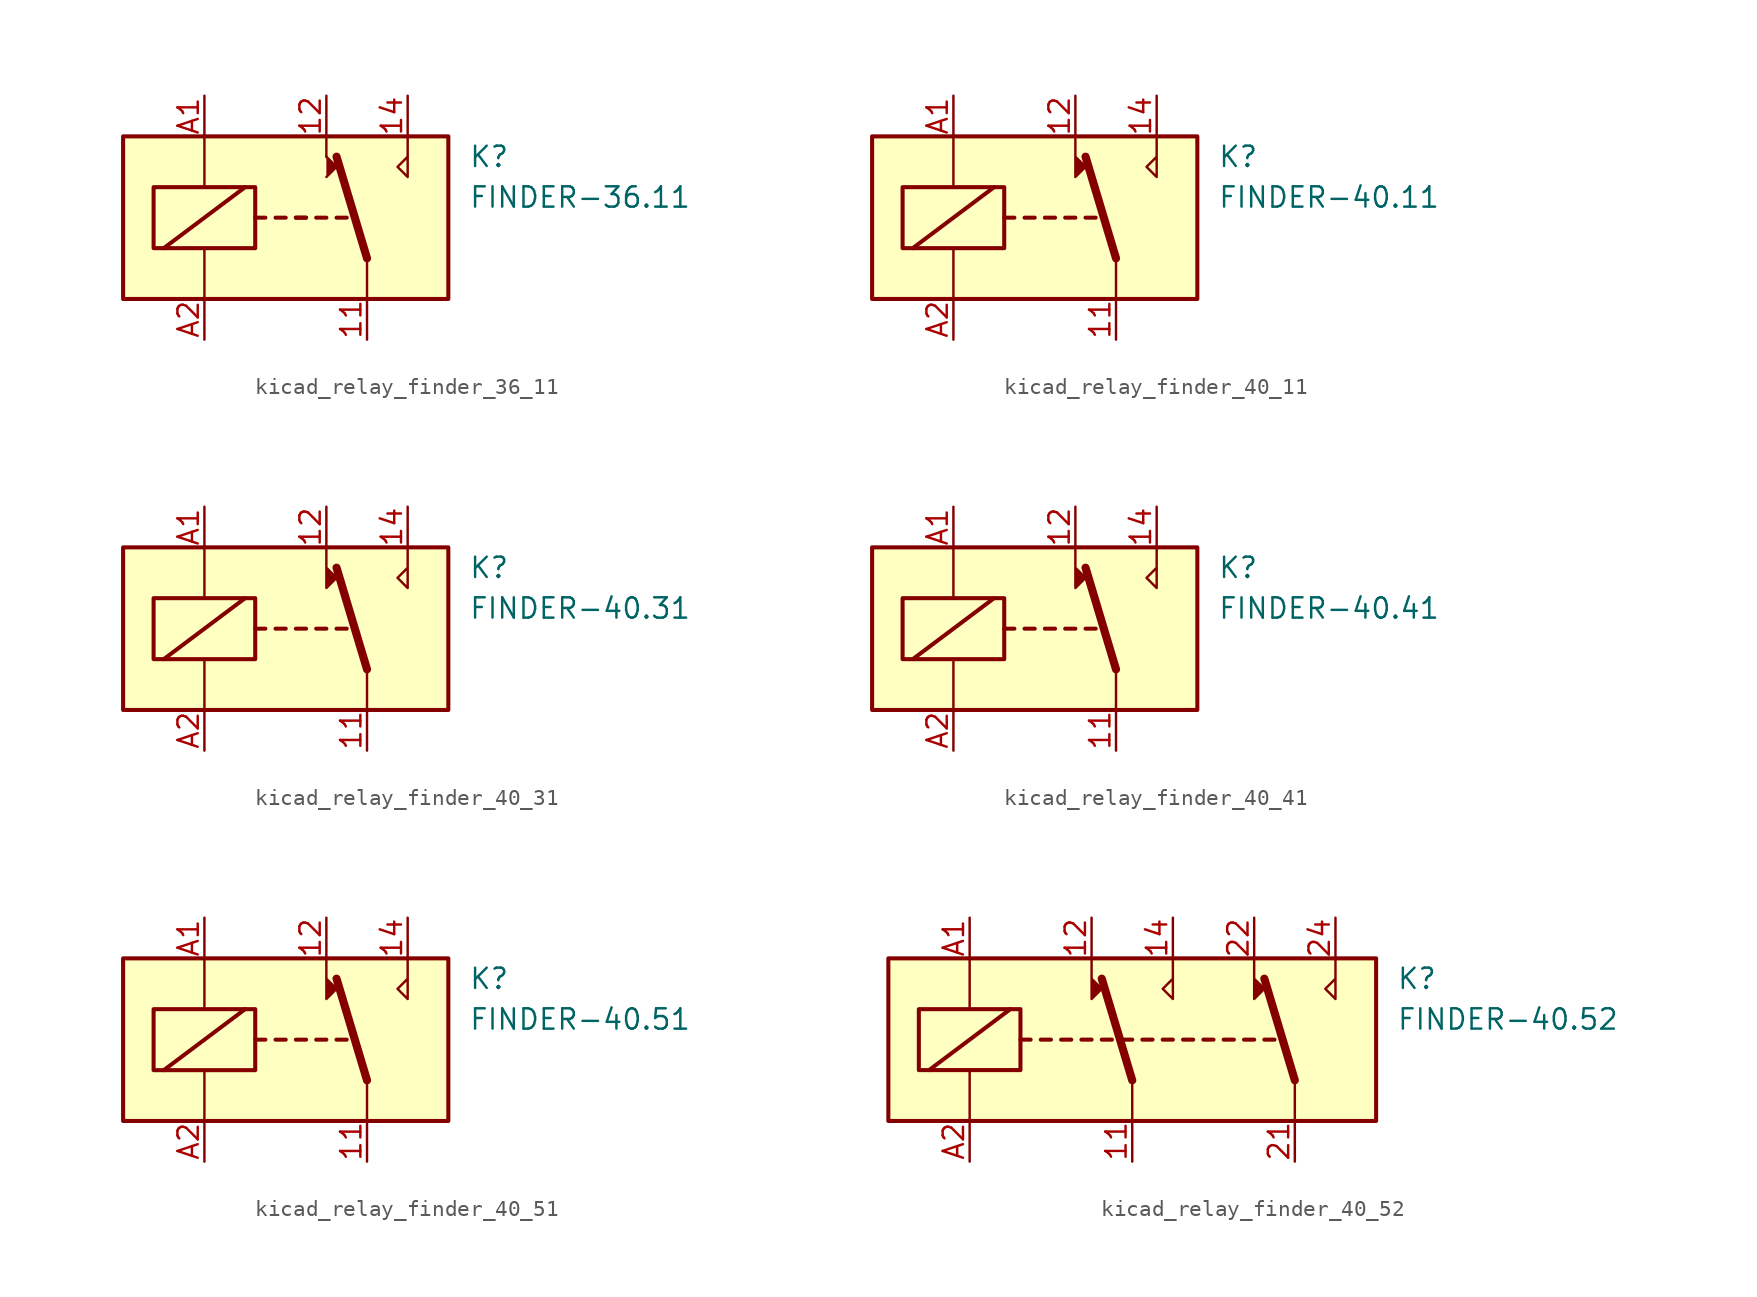
<source format=kicad_sym>
(kicad_symbol_lib
  (version 20220914)
  (generator kicad_symbol_editor)
  (symbol "kicad_relay_finder_36_11"
    (property "Reference" "K"
      (at 11.43 3.81 0)
      (effects (font (size 1.27 1.27)) (justify left)))
    (property "Value" "FINDER-36.11"
      (at 11.43 1.27 0)
      (effects (font (size 1.27 1.27)) (justify left)))
    (symbol "kicad_relay_finder_36_11_0_0"
      (polyline (pts (xy 2.54 3.81) (xy 2.54 5.08)) (stroke (width 0) (type default)) (fill (type none)))
      (polyline (pts (xy 7.62 3.81) (xy 7.62 5.08)) (stroke (width 0) (type default)) (fill (type none)))
      (polyline (pts (xy 7.62 3.81) (xy 7.62 2.54) (xy 6.985 3.175) (xy 7.62 3.81)) (stroke (width 0) (type default)) (fill (type none))))
    (symbol "kicad_relay_finder_36_11_0_1"
      (rectangle (start -10.16 5.08) (end 10.16 -5.08) (stroke (width 0.254) (type default)) (fill (type background)))
      (rectangle (start -8.255 1.905) (end -1.905 -1.905) (stroke (width 0.254) (type default)) (fill (type none)))
      (polyline (pts (xy -7.62 -1.905) (xy -2.54 1.905)) (stroke (width 0.254) (type default)) (fill (type none)))
      (polyline (pts (xy -5.08 -5.08) (xy -5.08 -1.905)) (stroke (width 0) (type default)) (fill (type none)))
      (polyline (pts (xy -5.08 5.08) (xy -5.08 1.905)) (stroke (width 0) (type default)) (fill (type none)))
      (polyline (pts (xy -1.905 0) (xy -1.27 0)) (stroke (width 0.254) (type default)) (fill (type none)))
      (polyline (pts (xy -0.635 0) (xy 0 0)) (stroke (width 0.254) (type default)) (fill (type none)))
      (polyline (pts (xy 0.635 0) (xy 1.27 0)) (stroke (width 0.254) (type default)) (fill (type none)))
      (polyline (pts (xy 0.635 0) (xy 1.27 0)) (stroke (width 0.254) (type default)) (fill (type none)))
      (polyline (pts (xy 1.905 0) (xy 2.54 0)) (stroke (width 0.254) (type default)) (fill (type none)))
      (polyline (pts (xy 3.175 0) (xy 3.81 0)) (stroke (width 0.254) (type default)) (fill (type none)))
      (polyline (pts (xy 5.08 -2.54) (xy 3.175 3.81)) (stroke (width 0.508) (type default)) (fill (type none)))
      (polyline (pts (xy 5.08 -2.54) (xy 5.08 -5.08)) (stroke (width 0) (type default)) (fill (type none)))
      (polyline (pts (xy 2.54 2.54) (xy 3.175 3.175) (xy 2.54 3.81)) (stroke (width 0) (type default)) (fill (type outline))))
    (symbol "kicad_relay_finder_36_11_1_1"
      (pin passive line (at 5.08 -7.62 90) (length 2.54) (name "~" (effects (font (size 1.27 1.27)))) (number "11" (effects (font (size 1.27 1.27)))))
      (pin passive line (at 2.54 7.62 270) (length 2.54) (name "~" (effects (font (size 1.27 1.27)))) (number "12" (effects (font (size 1.27 1.27)))))
      (pin passive line (at 7.62 7.62 270) (length 2.54) (name "~" (effects (font (size 1.27 1.27)))) (number "14" (effects (font (size 1.27 1.27)))))
      (pin passive line (at -5.08 7.62 270) (length 2.54) (name "~" (effects (font (size 1.27 1.27)))) (number "A1" (effects (font (size 1.27 1.27)))))
      (pin passive line (at -5.08 -7.62 90) (length 2.54) (name "~" (effects (font (size 1.27 1.27)))) (number "A2" (effects (font (size 1.27 1.27)))))))
  (symbol "kicad_relay_finder_40_11"
    (property "Reference" "K"
      (at 11.43 3.81 0)
      (effects (font (size 1.27 1.27)) (justify left)))
    (property "Value" "FINDER-40.11"
      (at 11.43 1.27 0)
      (effects (font (size 1.27 1.27)) (justify left)))
    (symbol "kicad_relay_finder_40_11_0_0"
      (polyline (pts (xy 7.62 5.08) (xy 7.62 2.54) (xy 6.985 3.175) (xy 7.62 3.81)) (stroke (width 0) (type default)) (fill (type none))))
    (symbol "kicad_relay_finder_40_11_0_1"
      (rectangle (start -10.16 5.08) (end 10.16 -5.08) (stroke (width 0.254) (type default)) (fill (type background)))
      (rectangle (start -8.255 1.905) (end -1.905 -1.905) (stroke (width 0.254) (type default)) (fill (type none)))
      (polyline (pts (xy -7.62 -1.905) (xy -2.54 1.905)) (stroke (width 0.254) (type default)) (fill (type none)))
      (polyline (pts (xy -5.08 -5.08) (xy -5.08 -1.905)) (stroke (width 0) (type default)) (fill (type none)))
      (polyline (pts (xy -5.08 5.08) (xy -5.08 1.905)) (stroke (width 0) (type default)) (fill (type none)))
      (polyline (pts (xy -1.905 0) (xy -1.27 0)) (stroke (width 0.254) (type default)) (fill (type none)))
      (polyline (pts (xy -0.635 0) (xy 0 0)) (stroke (width 0.254) (type default)) (fill (type none)))
      (polyline (pts (xy 0.635 0) (xy 1.27 0)) (stroke (width 0.254) (type default)) (fill (type none)))
      (polyline (pts (xy 1.905 0) (xy 2.54 0)) (stroke (width 0.254) (type default)) (fill (type none)))
      (polyline (pts (xy 3.175 0) (xy 3.81 0)) (stroke (width 0.254) (type default)) (fill (type none)))
      (polyline (pts (xy 5.08 -2.54) (xy 3.175 3.81)) (stroke (width 0.508) (type default)) (fill (type none)))
      (polyline (pts (xy 5.08 -2.54) (xy 5.08 -5.08)) (stroke (width 0) (type default)) (fill (type none)))
      (polyline (pts (xy 2.54 5.08) (xy 2.54 2.54) (xy 3.175 3.175) (xy 2.54 3.81)) (stroke (width 0) (type default)) (fill (type outline))))
    (symbol "kicad_relay_finder_40_11_1_1"
      (pin passive line (at 5.08 -7.62 90) (length 2.54) (name "~" (effects (font (size 1.27 1.27)))) (number "11" (effects (font (size 1.27 1.27)))))
      (pin passive line (at 2.54 7.62 270) (length 2.54) (name "~" (effects (font (size 1.27 1.27)))) (number "12" (effects (font (size 1.27 1.27)))))
      (pin passive line (at 7.62 7.62 270) (length 2.54) (name "~" (effects (font (size 1.27 1.27)))) (number "14" (effects (font (size 1.27 1.27)))))
      (pin passive line (at -5.08 7.62 270) (length 2.54) (name "~" (effects (font (size 1.27 1.27)))) (number "A1" (effects (font (size 1.27 1.27)))))
      (pin passive line (at -5.08 -7.62 90) (length 2.54) (name "~" (effects (font (size 1.27 1.27)))) (number "A2" (effects (font (size 1.27 1.27)))))))
  (symbol "kicad_relay_finder_40_31"
    (property "Reference" "K"
      (at 11.43 3.81 0)
      (effects (font (size 1.27 1.27)) (justify left)))
    (property "Value" "FINDER-40.31"
      (at 11.43 1.27 0)
      (effects (font (size 1.27 1.27)) (justify left)))
    (symbol "kicad_relay_finder_40_31_0_0"
      (polyline (pts (xy 7.62 5.08) (xy 7.62 2.54) (xy 6.985 3.175) (xy 7.62 3.81)) (stroke (width 0) (type default)) (fill (type none))))
    (symbol "kicad_relay_finder_40_31_0_1"
      (rectangle (start -10.16 5.08) (end 10.16 -5.08) (stroke (width 0.254) (type default)) (fill (type background)))
      (rectangle (start -8.255 1.905) (end -1.905 -1.905) (stroke (width 0.254) (type default)) (fill (type none)))
      (polyline (pts (xy -7.62 -1.905) (xy -2.54 1.905)) (stroke (width 0.254) (type default)) (fill (type none)))
      (polyline (pts (xy -5.08 -5.08) (xy -5.08 -1.905)) (stroke (width 0) (type default)) (fill (type none)))
      (polyline (pts (xy -5.08 5.08) (xy -5.08 1.905)) (stroke (width 0) (type default)) (fill (type none)))
      (polyline (pts (xy -1.905 0) (xy -1.27 0)) (stroke (width 0.254) (type default)) (fill (type none)))
      (polyline (pts (xy -0.635 0) (xy 0 0)) (stroke (width 0.254) (type default)) (fill (type none)))
      (polyline (pts (xy 0.635 0) (xy 1.27 0)) (stroke (width 0.254) (type default)) (fill (type none)))
      (polyline (pts (xy 1.905 0) (xy 2.54 0)) (stroke (width 0.254) (type default)) (fill (type none)))
      (polyline (pts (xy 3.175 0) (xy 3.81 0)) (stroke (width 0.254) (type default)) (fill (type none)))
      (polyline (pts (xy 5.08 -2.54) (xy 3.175 3.81)) (stroke (width 0.508) (type default)) (fill (type none)))
      (polyline (pts (xy 5.08 -2.54) (xy 5.08 -5.08)) (stroke (width 0) (type default)) (fill (type none)))
      (polyline (pts (xy 2.54 5.08) (xy 2.54 2.54) (xy 3.175 3.175) (xy 2.54 3.81)) (stroke (width 0) (type default)) (fill (type outline))))
    (symbol "kicad_relay_finder_40_31_1_1"
      (pin passive line (at 5.08 -7.62 90) (length 2.54) (name "~" (effects (font (size 1.27 1.27)))) (number "11" (effects (font (size 1.27 1.27)))))
      (pin passive line (at 2.54 7.62 270) (length 2.54) (name "~" (effects (font (size 1.27 1.27)))) (number "12" (effects (font (size 1.27 1.27)))))
      (pin passive line (at 7.62 7.62 270) (length 2.54) (name "~" (effects (font (size 1.27 1.27)))) (number "14" (effects (font (size 1.27 1.27)))))
      (pin passive line (at -5.08 7.62 270) (length 2.54) (name "~" (effects (font (size 1.27 1.27)))) (number "A1" (effects (font (size 1.27 1.27)))))
      (pin passive line (at -5.08 -7.62 90) (length 2.54) (name "~" (effects (font (size 1.27 1.27)))) (number "A2" (effects (font (size 1.27 1.27)))))))
  (symbol "kicad_relay_finder_40_41"
    (property "Reference" "K"
      (at 11.43 3.81 0)
      (effects (font (size 1.27 1.27)) (justify left)))
    (property "Value" "FINDER-40.41"
      (at 11.43 1.27 0)
      (effects (font (size 1.27 1.27)) (justify left)))
    (symbol "kicad_relay_finder_40_41_0_0"
      (polyline (pts (xy 7.62 5.08) (xy 7.62 2.54) (xy 6.985 3.175) (xy 7.62 3.81)) (stroke (width 0) (type default)) (fill (type none))))
    (symbol "kicad_relay_finder_40_41_0_1"
      (rectangle (start -10.16 5.08) (end 10.16 -5.08) (stroke (width 0.254) (type default)) (fill (type background)))
      (rectangle (start -8.255 1.905) (end -1.905 -1.905) (stroke (width 0.254) (type default)) (fill (type none)))
      (polyline (pts (xy -7.62 -1.905) (xy -2.54 1.905)) (stroke (width 0.254) (type default)) (fill (type none)))
      (polyline (pts (xy -5.08 -5.08) (xy -5.08 -1.905)) (stroke (width 0) (type default)) (fill (type none)))
      (polyline (pts (xy -5.08 5.08) (xy -5.08 1.905)) (stroke (width 0) (type default)) (fill (type none)))
      (polyline (pts (xy -1.905 0) (xy -1.27 0)) (stroke (width 0.254) (type default)) (fill (type none)))
      (polyline (pts (xy -0.635 0) (xy 0 0)) (stroke (width 0.254) (type default)) (fill (type none)))
      (polyline (pts (xy 0.635 0) (xy 1.27 0)) (stroke (width 0.254) (type default)) (fill (type none)))
      (polyline (pts (xy 1.905 0) (xy 2.54 0)) (stroke (width 0.254) (type default)) (fill (type none)))
      (polyline (pts (xy 3.175 0) (xy 3.81 0)) (stroke (width 0.254) (type default)) (fill (type none)))
      (polyline (pts (xy 5.08 -2.54) (xy 3.175 3.81)) (stroke (width 0.508) (type default)) (fill (type none)))
      (polyline (pts (xy 5.08 -2.54) (xy 5.08 -5.08)) (stroke (width 0) (type default)) (fill (type none)))
      (polyline (pts (xy 2.54 5.08) (xy 2.54 2.54) (xy 3.175 3.175) (xy 2.54 3.81)) (stroke (width 0) (type default)) (fill (type outline))))
    (symbol "kicad_relay_finder_40_41_1_1"
      (pin passive line (at 5.08 -7.62 90) (length 2.54) (name "~" (effects (font (size 1.27 1.27)))) (number "11" (effects (font (size 1.27 1.27)))))
      (pin passive line (at 2.54 7.62 270) (length 2.54) (name "~" (effects (font (size 1.27 1.27)))) (number "12" (effects (font (size 1.27 1.27)))))
      (pin passive line (at 7.62 7.62 270) (length 2.54) (name "~" (effects (font (size 1.27 1.27)))) (number "14" (effects (font (size 1.27 1.27)))))
      (pin passive line (at -5.08 7.62 270) (length 2.54) (name "~" (effects (font (size 1.27 1.27)))) (number "A1" (effects (font (size 1.27 1.27)))))
      (pin passive line (at -5.08 -7.62 90) (length 2.54) (name "~" (effects (font (size 1.27 1.27)))) (number "A2" (effects (font (size 1.27 1.27)))))))
  (symbol "kicad_relay_finder_40_51"
    (property "Reference" "K"
      (at 11.43 3.81 0)
      (effects (font (size 1.27 1.27)) (justify left)))
    (property "Value" "FINDER-40.51"
      (at 11.43 1.27 0)
      (effects (font (size 1.27 1.27)) (justify left)))
    (symbol "kicad_relay_finder_40_51_0_0"
      (polyline (pts (xy 7.62 5.08) (xy 7.62 2.54) (xy 6.985 3.175) (xy 7.62 3.81)) (stroke (width 0) (type default)) (fill (type none))))
    (symbol "kicad_relay_finder_40_51_0_1"
      (rectangle (start -10.16 5.08) (end 10.16 -5.08) (stroke (width 0.254) (type default)) (fill (type background)))
      (rectangle (start -8.255 1.905) (end -1.905 -1.905) (stroke (width 0.254) (type default)) (fill (type none)))
      (polyline (pts (xy -7.62 -1.905) (xy -2.54 1.905)) (stroke (width 0.254) (type default)) (fill (type none)))
      (polyline (pts (xy -5.08 -5.08) (xy -5.08 -1.905)) (stroke (width 0) (type default)) (fill (type none)))
      (polyline (pts (xy -5.08 5.08) (xy -5.08 1.905)) (stroke (width 0) (type default)) (fill (type none)))
      (polyline (pts (xy -1.905 0) (xy -1.27 0)) (stroke (width 0.254) (type default)) (fill (type none)))
      (polyline (pts (xy -0.635 0) (xy 0 0)) (stroke (width 0.254) (type default)) (fill (type none)))
      (polyline (pts (xy 0.635 0) (xy 1.27 0)) (stroke (width 0.254) (type default)) (fill (type none)))
      (polyline (pts (xy 1.905 0) (xy 2.54 0)) (stroke (width 0.254) (type default)) (fill (type none)))
      (polyline (pts (xy 3.175 0) (xy 3.81 0)) (stroke (width 0.254) (type default)) (fill (type none)))
      (polyline (pts (xy 5.08 -2.54) (xy 3.175 3.81)) (stroke (width 0.508) (type default)) (fill (type none)))
      (polyline (pts (xy 5.08 -2.54) (xy 5.08 -5.08)) (stroke (width 0) (type default)) (fill (type none)))
      (polyline (pts (xy 2.54 5.08) (xy 2.54 2.54) (xy 3.175 3.175) (xy 2.54 3.81)) (stroke (width 0) (type default)) (fill (type outline))))
    (symbol "kicad_relay_finder_40_51_1_1"
      (pin passive line (at 5.08 -7.62 90) (length 2.54) (name "~" (effects (font (size 1.27 1.27)))) (number "11" (effects (font (size 1.27 1.27)))))
      (pin passive line (at 2.54 7.62 270) (length 2.54) (name "~" (effects (font (size 1.27 1.27)))) (number "12" (effects (font (size 1.27 1.27)))))
      (pin passive line (at 7.62 7.62 270) (length 2.54) (name "~" (effects (font (size 1.27 1.27)))) (number "14" (effects (font (size 1.27 1.27)))))
      (pin passive line (at -5.08 7.62 270) (length 2.54) (name "~" (effects (font (size 1.27 1.27)))) (number "A1" (effects (font (size 1.27 1.27)))))
      (pin passive line (at -5.08 -7.62 90) (length 2.54) (name "~" (effects (font (size 1.27 1.27)))) (number "A2" (effects (font (size 1.27 1.27)))))))
  (symbol "kicad_relay_finder_40_52"
    (property "Reference" "K"
      (at 16.51 3.81 0)
      (effects (font (size 1.27 1.27)) (justify left)))
    (property "Value" "FINDER-40.52"
      (at 16.51 1.27 0)
      (effects (font (size 1.27 1.27)) (justify left)))
    (symbol "kicad_relay_finder_40_52_0_1"
      (rectangle (start -15.24 5.08) (end 15.24 -5.08) (stroke (width 0.254) (type default)) (fill (type background)))
      (rectangle (start -13.335 1.905) (end -6.985 -1.905) (stroke (width 0.254) (type default)) (fill (type none)))
      (polyline (pts (xy -12.7 -1.905) (xy -7.62 1.905)) (stroke (width 0.254) (type default)) (fill (type none)))
      (polyline (pts (xy -10.16 -5.08) (xy -10.16 -1.905)) (stroke (width 0) (type default)) (fill (type none)))
      (polyline (pts (xy -10.16 5.08) (xy -10.16 1.905)) (stroke (width 0) (type default)) (fill (type none)))
      (polyline (pts (xy -6.985 0) (xy -6.35 0)) (stroke (width 0.254) (type default)) (fill (type none)))
      (polyline (pts (xy -5.715 0) (xy -5.08 0)) (stroke (width 0.254) (type default)) (fill (type none)))
      (polyline (pts (xy -4.445 0) (xy -3.81 0)) (stroke (width 0.254) (type default)) (fill (type none)))
      (polyline (pts (xy -3.175 0) (xy -2.54 0)) (stroke (width 0.254) (type default)) (fill (type none)))
      (polyline (pts (xy -1.905 0) (xy -1.27 0)) (stroke (width 0.254) (type default)) (fill (type none)))
      (polyline (pts (xy -0.635 0) (xy 0 0)) (stroke (width 0.254) (type default)) (fill (type none)))
      (polyline (pts (xy 0 -2.54) (xy -1.905 3.81)) (stroke (width 0.508) (type default)) (fill (type none)))
      (polyline (pts (xy 0 -2.54) (xy 0 -5.08)) (stroke (width 0) (type default)) (fill (type none)))
      (polyline (pts (xy 0.635 0) (xy 1.27 0)) (stroke (width 0.254) (type default)) (fill (type none)))
      (polyline (pts (xy 1.905 0) (xy 2.54 0)) (stroke (width 0.254) (type default)) (fill (type none)))
      (polyline (pts (xy 3.175 0) (xy 3.81 0)) (stroke (width 0.254) (type default)) (fill (type none)))
      (polyline (pts (xy 4.445 0) (xy 5.08 0)) (stroke (width 0.254) (type default)) (fill (type none)))
      (polyline (pts (xy 5.715 0) (xy 6.35 0)) (stroke (width 0.254) (type default)) (fill (type none)))
      (polyline (pts (xy 6.985 0) (xy 7.62 0)) (stroke (width 0.254) (type default)) (fill (type none)))
      (polyline (pts (xy 8.255 0) (xy 8.89 0)) (stroke (width 0.254) (type default)) (fill (type none)))
      (polyline (pts (xy 10.16 -2.54) (xy 8.255 3.81)) (stroke (width 0.508) (type default)) (fill (type none)))
      (polyline (pts (xy 10.16 -2.54) (xy 10.16 -5.08)) (stroke (width 0) (type default)) (fill (type none)))
      (polyline (pts (xy -2.54 5.08) (xy -2.54 2.54) (xy -1.905 3.175) (xy -2.54 3.81)) (stroke (width 0) (type default)) (fill (type outline)))
      (polyline (pts (xy 2.54 5.08) (xy 2.54 2.54) (xy 1.905 3.175) (xy 2.54 3.81)) (stroke (width 0) (type default)) (fill (type none)))
      (polyline (pts (xy 7.62 5.08) (xy 7.62 2.54) (xy 8.255 3.175) (xy 7.62 3.81)) (stroke (width 0) (type default)) (fill (type outline)))
      (polyline (pts (xy 12.7 5.08) (xy 12.7 2.54) (xy 12.065 3.175) (xy 12.7 3.81)) (stroke (width 0) (type default)) (fill (type none))))
    (symbol "kicad_relay_finder_40_52_1_1"
      (pin passive line (at 0 -7.62 90) (length 2.54) (name "~" (effects (font (size 1.27 1.27)))) (number "11" (effects (font (size 1.27 1.27)))))
      (pin passive line (at -2.54 7.62 270) (length 2.54) (name "~" (effects (font (size 1.27 1.27)))) (number "12" (effects (font (size 1.27 1.27)))))
      (pin passive line (at 2.54 7.62 270) (length 2.54) (name "~" (effects (font (size 1.27 1.27)))) (number "14" (effects (font (size 1.27 1.27)))))
      (pin passive line (at 10.16 -7.62 90) (length 2.54) (name "~" (effects (font (size 1.27 1.27)))) (number "21" (effects (font (size 1.27 1.27)))))
      (pin passive line (at 7.62 7.62 270) (length 2.54) (name "~" (effects (font (size 1.27 1.27)))) (number "22" (effects (font (size 1.27 1.27)))))
      (pin passive line (at 12.7 7.62 270) (length 2.54) (name "~" (effects (font (size 1.27 1.27)))) (number "24" (effects (font (size 1.27 1.27)))))
      (pin passive line (at -10.16 7.62 270) (length 2.54) (name "~" (effects (font (size 1.27 1.27)))) (number "A1" (effects (font (size 1.27 1.27)))))
      (pin passive line (at -10.16 -7.62 90) (length 2.54) (name "~" (effects (font (size 1.27 1.27)))) (number "A2" (effects (font (size 1.27 1.27))))))))
</source>
